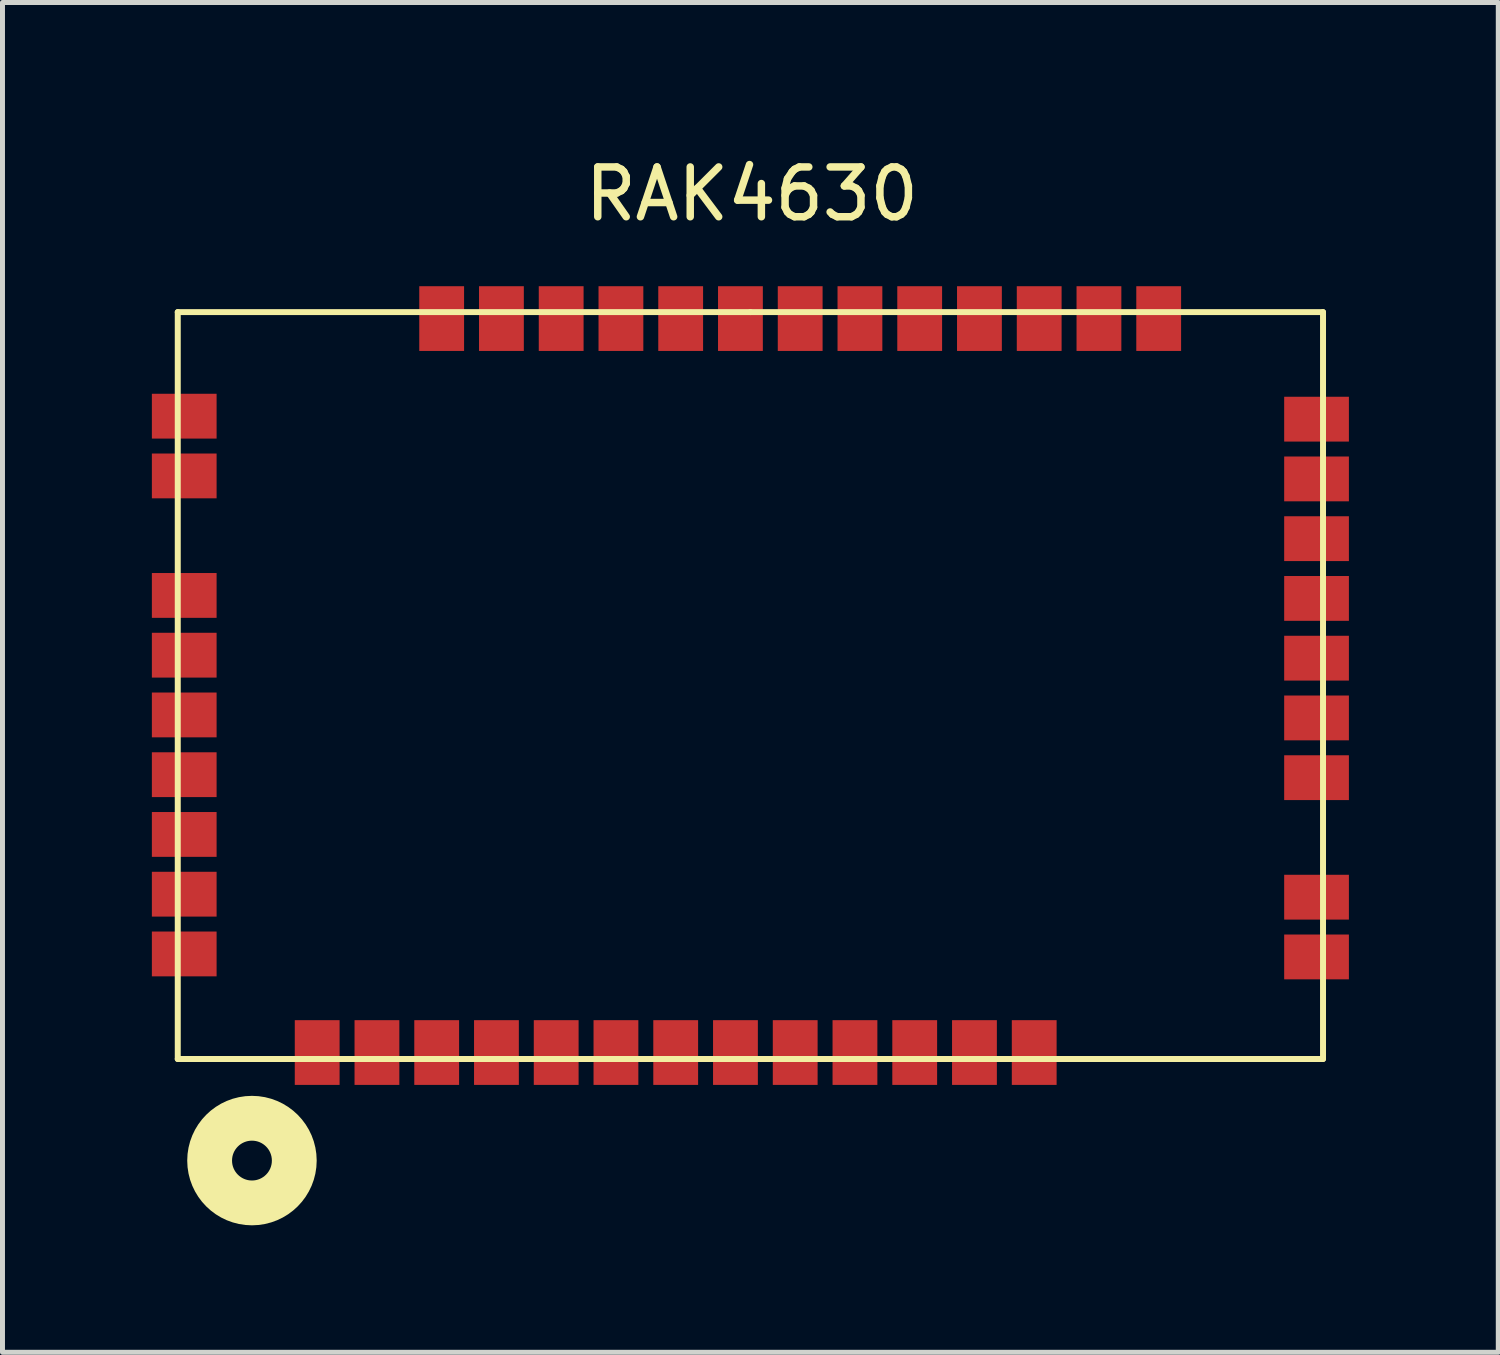
<source format=kicad_pcb>
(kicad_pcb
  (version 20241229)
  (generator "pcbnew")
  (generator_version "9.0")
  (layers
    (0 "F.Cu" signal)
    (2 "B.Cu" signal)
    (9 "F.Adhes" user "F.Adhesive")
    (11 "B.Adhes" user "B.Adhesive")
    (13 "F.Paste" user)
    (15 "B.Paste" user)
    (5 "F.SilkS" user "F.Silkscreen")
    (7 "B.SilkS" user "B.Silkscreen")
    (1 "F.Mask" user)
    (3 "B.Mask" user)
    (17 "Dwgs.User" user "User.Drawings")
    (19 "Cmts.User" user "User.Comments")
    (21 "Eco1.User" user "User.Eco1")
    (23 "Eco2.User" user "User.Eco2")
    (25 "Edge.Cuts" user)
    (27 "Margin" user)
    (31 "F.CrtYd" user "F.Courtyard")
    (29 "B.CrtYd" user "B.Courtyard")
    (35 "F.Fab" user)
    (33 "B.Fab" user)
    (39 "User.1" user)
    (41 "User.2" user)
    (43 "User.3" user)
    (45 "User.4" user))
  (footprint "RAK4630"
    (layer "F.Cu")
    (at 12.02 10.718)
    (property "Reference" "RAK4630" (at 0.03 -9.87 0) (layer "F.SilkS") (effects (font (size 1 1) (thickness 0.15))))
    (attr through_hole)
    (fp_line (start -11.5 -7.5) (end 0 -7.5) (stroke (width 0.12) (type solid)) (layer "F.SilkS"))
    (fp_line (start -11.5 7.5) (end -11.5 -7.5) (stroke (width 0.12) (type solid)) (layer "F.SilkS"))
    (fp_line (start 0 -7.5) (end 11.5 -7.5) (stroke (width 0.12) (type solid)) (layer "F.SilkS"))
    (fp_line (start 11.5 -7.5) (end 11.5 7.5) (stroke (width 0.12) (type solid)) (layer "F.SilkS"))
    (fp_line (start 11.5 7.5) (end -11.5 7.5) (stroke (width 0.12) (type solid)) (layer "F.SilkS"))
    (fp_circle (center -10.01 9.54) (end -9.61 9.54) (stroke (width 0.9) (type solid)) (fill no) (layer "F.SilkS"))
    (pad "1" smd rect (at -8.7 7.37) (size 0.9 1.3) (layers "F.Cu" "F.Mask" "F.Paste"))
    (pad "2" smd rect (at -7.5 7.37) (size 0.9 1.3) (layers "F.Cu" "F.Mask" "F.Paste"))
    (pad "3" smd rect (at -6.3 7.37) (size 0.9 1.3) (layers "F.Cu" "F.Mask" "F.Paste"))
    (pad "4" smd rect (at -5.1 7.37) (size 0.9 1.3) (layers "F.Cu" "F.Mask" "F.Paste"))
    (pad "5" smd rect (at -3.9 7.37) (size 0.9 1.3) (layers "F.Cu" "F.Mask" "F.Paste"))
    (pad "6" smd rect (at -2.7 7.37) (size 0.9 1.3) (layers "F.Cu" "F.Mask" "F.Paste"))
    (pad "7" smd rect (at -1.5 7.37) (size 0.9 1.3) (layers "F.Cu" "F.Mask" "F.Paste"))
    (pad "8" smd rect (at -0.3 7.37) (size 0.9 1.3) (layers "F.Cu" "F.Mask" "F.Paste"))
    (pad "9" smd rect (at 0.9 7.37) (size 0.9 1.3) (layers "F.Cu" "F.Mask" "F.Paste"))
    (pad "10" smd rect (at 2.1 7.37) (size 0.9 1.3) (layers "F.Cu" "F.Mask" "F.Paste"))
    (pad "11" smd rect (at 3.3 7.37) (size 0.9 1.3) (layers "F.Cu" "F.Mask" "F.Paste"))
    (pad "12" smd rect (at 4.5 7.37) (size 0.9 1.3) (layers "F.Cu" "F.Mask" "F.Paste"))
    (pad "13" smd rect (at 5.7 7.37) (size 0.9 1.3) (layers "F.Cu" "F.Mask" "F.Paste"))
    (pad "14" smd rect (at 11.37 5.45 90) (size 0.9 1.3) (layers "F.Cu" "F.Mask" "F.Paste"))
    (pad "15" smd rect (at 11.37 4.25 90) (size 0.9 1.3) (layers "F.Cu" "F.Mask" "F.Paste"))
    (pad "16" smd rect (at 11.37 1.85 90) (size 0.9 1.3) (layers "F.Cu" "F.Mask" "F.Paste"))
    (pad "17" smd rect (at 11.37 0.65 90) (size 0.9 1.3) (layers "F.Cu" "F.Mask" "F.Paste"))
    (pad "18" smd rect (at 11.37 -0.55 90) (size 0.9 1.3) (layers "F.Cu" "F.Mask" "F.Paste"))
    (pad "19" smd rect (at 11.37 -1.75 90) (size 0.9 1.3) (layers "F.Cu" "F.Mask" "F.Paste"))
    (pad "20" smd rect (at 11.37 -2.95 90) (size 0.9 1.3) (layers "F.Cu" "F.Mask" "F.Paste"))
    (pad "21" smd rect (at 11.37 -4.15 90) (size 0.9 1.3) (layers "F.Cu" "F.Mask" "F.Paste"))
    (pad "22" smd rect (at 11.37 -5.35 90) (size 0.9 1.3) (layers "F.Cu" "F.Mask" "F.Paste"))
    (pad "23" smd rect (at 8.2 -7.37) (size 0.9 1.3) (layers "F.Cu" "F.Mask" "F.Paste"))
    (pad "24" smd rect (at 7 -7.37) (size 0.9 1.3) (layers "F.Cu" "F.Mask" "F.Paste"))
    (pad "25" smd rect (at 5.8 -7.37) (size 0.9 1.3) (layers "F.Cu" "F.Mask" "F.Paste"))
    (pad "26" smd rect (at 4.6 -7.37) (size 0.9 1.3) (layers "F.Cu" "F.Mask" "F.Paste"))
    (pad "27" smd rect (at 3.4 -7.37) (size 0.9 1.3) (layers "F.Cu" "F.Mask" "F.Paste"))
    (pad "28" smd rect (at 2.2 -7.37) (size 0.9 1.3) (layers "F.Cu" "F.Mask" "F.Paste"))
    (pad "29" smd rect (at 1 -7.37) (size 0.9 1.3) (layers "F.Cu" "F.Mask" "F.Paste"))
    (pad "30" smd rect (at -0.2 -7.37) (size 0.9 1.3) (layers "F.Cu" "F.Mask" "F.Paste"))
    (pad "31" smd rect (at -1.4 -7.37) (size 0.9 1.3) (layers "F.Cu" "F.Mask" "F.Paste"))
    (pad "32" smd rect (at -2.6 -7.37) (size 0.9 1.3) (layers "F.Cu" "F.Mask" "F.Paste"))
    (pad "33" smd rect (at -3.8 -7.37) (size 0.9 1.3) (layers "F.Cu" "F.Mask" "F.Paste"))
    (pad "34" smd rect (at -5 -7.37) (size 0.9 1.3) (layers "F.Cu" "F.Mask" "F.Paste"))
    (pad "35" smd rect (at -6.2 -7.37) (size 0.9 1.3) (layers "F.Cu" "F.Mask" "F.Paste"))
    (pad "36" smd rect (at -11.37 -5.41 90) (size 0.9 1.3) (layers "F.Cu" "F.Mask" "F.Paste"))
    (pad "37" smd rect (at -11.37 -4.21 90) (size 0.9 1.3) (layers "F.Cu" "F.Mask" "F.Paste"))
    (pad "38" smd rect (at -11.37 -1.81 90) (size 0.9 1.3) (layers "F.Cu" "F.Mask" "F.Paste"))
    (pad "39" smd rect (at -11.37 -0.61 90) (size 0.9 1.3) (layers "F.Cu" "F.Mask" "F.Paste"))
    (pad "40" smd rect (at -11.37 0.59 90) (size 0.9 1.3) (layers "F.Cu" "F.Mask" "F.Paste"))
    (pad "41" smd rect (at -11.37 1.79 90) (size 0.9 1.3) (layers "F.Cu" "F.Mask" "F.Paste"))
    (pad "42" smd rect (at -11.37 2.99 90) (size 0.9 1.3) (layers "F.Cu" "F.Mask" "F.Paste"))
    (pad "43" smd rect (at -11.37 4.19 90) (size 0.9 1.3) (layers "F.Cu" "F.Mask" "F.Paste"))
    (pad "44" smd rect (at -11.37 5.39 90) (size 0.9 1.3) (layers "F.Cu" "F.Mask" "F.Paste")))
  (gr_rect
    (start -3 -3)
    (end 27.04 24.108)
    (stroke (width 0.1) (type default))
    (fill no)
    (layer "Edge.Cuts")))
</source>
